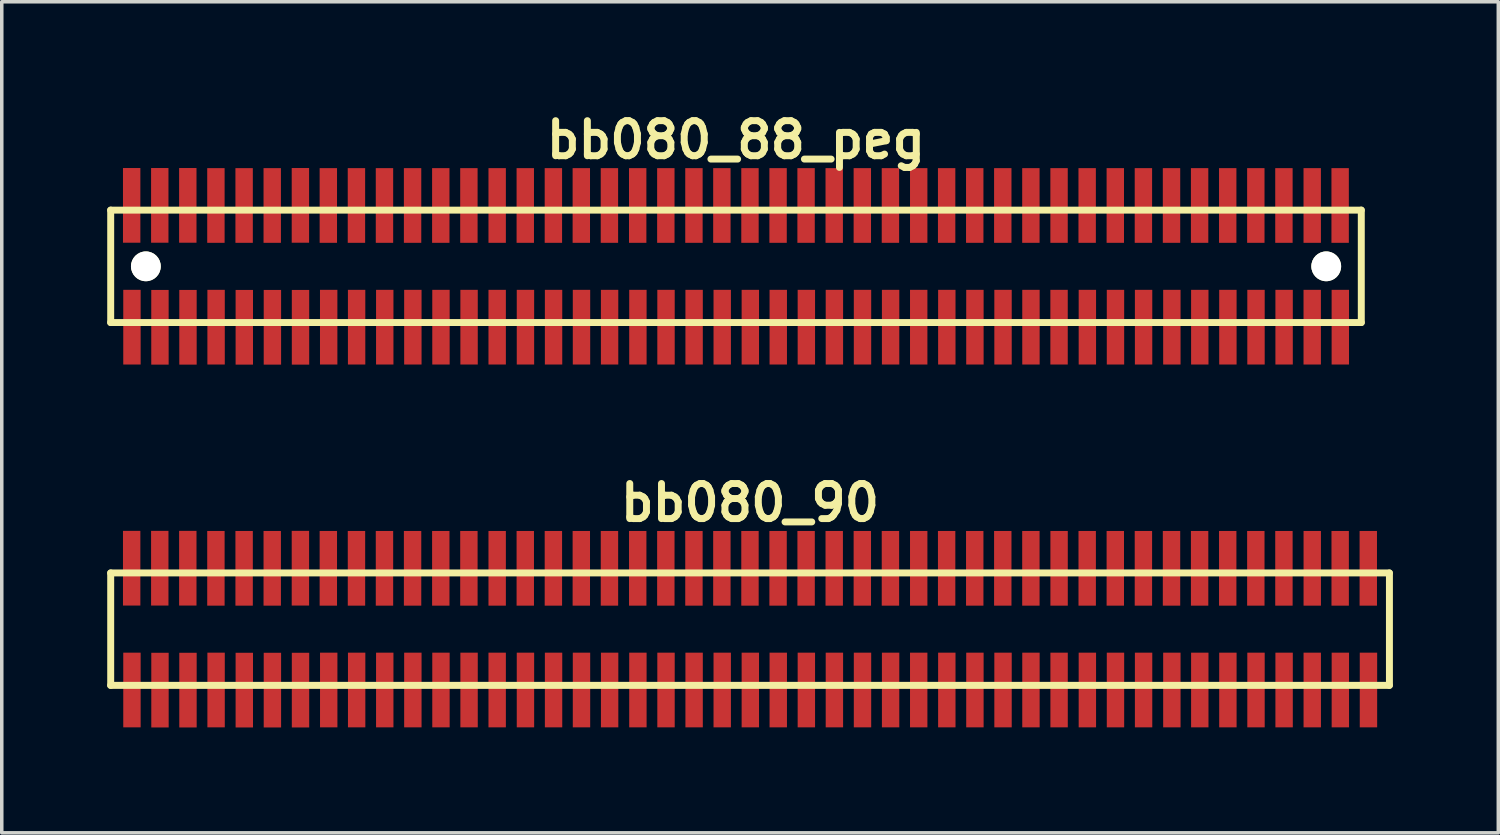
<source format=kicad_pcb>
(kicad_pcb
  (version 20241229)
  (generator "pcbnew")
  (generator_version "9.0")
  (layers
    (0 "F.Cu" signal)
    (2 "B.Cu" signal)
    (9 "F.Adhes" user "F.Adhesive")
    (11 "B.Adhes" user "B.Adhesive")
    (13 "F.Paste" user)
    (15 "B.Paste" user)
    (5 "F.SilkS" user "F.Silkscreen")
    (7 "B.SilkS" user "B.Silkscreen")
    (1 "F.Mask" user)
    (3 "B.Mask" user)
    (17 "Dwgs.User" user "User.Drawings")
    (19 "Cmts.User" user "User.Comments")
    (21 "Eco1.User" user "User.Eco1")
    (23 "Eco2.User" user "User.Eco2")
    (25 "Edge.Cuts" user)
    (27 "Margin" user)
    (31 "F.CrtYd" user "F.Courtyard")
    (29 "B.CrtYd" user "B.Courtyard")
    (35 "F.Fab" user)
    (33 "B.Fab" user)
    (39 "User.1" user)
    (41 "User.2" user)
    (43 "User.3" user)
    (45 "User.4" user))
  (footprint "bb080_90"
    (layer "F.Cu")
    (at 18.298 14.859)
    (property "Reference" "bb080_90" (at 0 -3.599 0) (layer "F.SilkS") (effects (font (size 0.998 0.998) (thickness 0.198))))
    (attr through_hole)
    (fp_line (start -18.199 -1.6) (end 18.199 -1.6) (stroke (width 0.198) (type solid)) (layer "F.SilkS"))
    (fp_line (start -18.197 -1.6) (end -18.197 1.6) (stroke (width 0.198) (type solid)) (layer "F.SilkS"))
    (fp_line (start 18.199 1.6) (end -18.199 1.6) (stroke (width 0.198) (type solid)) (layer "F.SilkS"))
    (fp_line (start 18.202 1.6) (end 18.202 -1.6) (stroke (width 0.198) (type solid)) (layer "F.SilkS"))
    (pad "1" smd rect (at -17.592 1.732) (size 0.495 2.126) (layers "F.Cu" "F.Mask" "F.Paste"))
    (pad "2" smd rect (at -17.6 -1.735) (size 0.495 2.126) (layers "F.Cu" "F.Mask" "F.Paste"))
    (pad "3" smd rect (at -16.794 1.735) (size 0.495 2.126) (layers "F.Cu" "F.Mask" "F.Paste"))
    (pad "4" smd rect (at -16.8 -1.735) (size 0.495 2.126) (layers "F.Cu" "F.Mask" "F.Paste"))
    (pad "5" smd rect (at -15.997 1.735) (size 0.495 2.126) (layers "F.Cu" "F.Mask" "F.Paste"))
    (pad "6" smd rect (at -16.002 -1.735) (size 0.495 2.126) (layers "F.Cu" "F.Mask" "F.Paste"))
    (pad "7" smd rect (at -15.197 1.732) (size 0.495 2.126) (layers "F.Cu" "F.Mask" "F.Paste"))
    (pad "8" smd rect (at -15.202 -1.732) (size 0.495 2.126) (layers "F.Cu" "F.Mask" "F.Paste"))
    (pad "9" smd rect (at -14.394 1.735) (size 0.495 2.126) (layers "F.Cu" "F.Mask" "F.Paste"))
    (pad "10" smd rect (at -14.399 -1.732) (size 0.495 2.126) (layers "F.Cu" "F.Mask" "F.Paste"))
    (pad "11" smd rect (at -13.594 1.735) (size 0.495 2.126) (layers "F.Cu" "F.Mask" "F.Paste"))
    (pad "12" smd rect (at -13.599 -1.732) (size 0.495 2.126) (layers "F.Cu" "F.Mask" "F.Paste"))
    (pad "13" smd rect (at -12.794 1.735) (size 0.495 2.126) (layers "F.Cu" "F.Mask" "F.Paste"))
    (pad "14" smd rect (at -12.797 -1.735) (size 0.495 2.126) (layers "F.Cu" "F.Mask" "F.Paste"))
    (pad "15" smd rect (at -11.991 1.732) (size 0.495 2.126) (layers "F.Cu" "F.Mask" "F.Paste"))
    (pad "16" smd rect (at -12.002 -1.732) (size 0.495 2.126) (layers "F.Cu" "F.Mask" "F.Paste"))
    (pad "17" smd rect (at -11.196 1.732) (size 0.495 2.126) (layers "F.Cu" "F.Mask" "F.Paste"))
    (pad "18" smd rect (at -11.201 -1.732) (size 0.495 2.126) (layers "F.Cu" "F.Mask" "F.Paste"))
    (pad "19" smd rect (at -10.396 1.732) (size 0.495 2.126) (layers "F.Cu" "F.Mask" "F.Paste"))
    (pad "20" smd rect (at -10.404 -1.732) (size 0.495 2.126) (layers "F.Cu" "F.Mask" "F.Paste"))
    (pad "21" smd rect (at -9.596 1.732) (size 0.495 2.126) (layers "F.Cu" "F.Mask" "F.Paste"))
    (pad "22" smd rect (at -9.604 -1.732) (size 0.495 2.126) (layers "F.Cu" "F.Mask" "F.Paste"))
    (pad "23" smd rect (at -8.796 1.732) (size 0.495 2.126) (layers "F.Cu" "F.Mask" "F.Paste"))
    (pad "24" smd rect (at -8.801 -1.732) (size 0.495 2.126) (layers "F.Cu" "F.Mask" "F.Paste"))
    (pad "25" smd rect (at -7.996 1.732) (size 0.495 2.126) (layers "F.Cu" "F.Mask" "F.Paste"))
    (pad "26" smd rect (at -8.001 -1.732) (size 0.495 2.126) (layers "F.Cu" "F.Mask" "F.Paste"))
    (pad "27" smd rect (at -7.196 1.732) (size 0.495 2.126) (layers "F.Cu" "F.Mask" "F.Paste"))
    (pad "28" smd rect (at -7.196 -1.732) (size 0.495 2.126) (layers "F.Cu" "F.Mask" "F.Paste"))
    (pad "29" smd rect (at -6.391 1.732) (size 0.495 2.126) (layers "F.Cu" "F.Mask" "F.Paste"))
    (pad "30" smd rect (at -6.396 -1.732) (size 0.495 2.126) (layers "F.Cu" "F.Mask" "F.Paste"))
    (pad "31" smd rect (at -5.591 1.732) (size 0.495 2.126) (layers "F.Cu" "F.Mask" "F.Paste"))
    (pad "32" smd rect (at -5.596 -1.732) (size 0.495 2.126) (layers "F.Cu" "F.Mask" "F.Paste"))
    (pad "33" smd rect (at -4.796 1.732) (size 0.495 2.126) (layers "F.Cu" "F.Mask" "F.Paste"))
    (pad "34" smd rect (at -4.801 -1.732) (size 0.495 2.126) (layers "F.Cu" "F.Mask" "F.Paste"))
    (pad "35" smd rect (at -3.995 1.732) (size 0.495 2.126) (layers "F.Cu" "F.Mask" "F.Paste"))
    (pad "36" smd rect (at -4 -1.732) (size 0.495 2.126) (layers "F.Cu" "F.Mask" "F.Paste"))
    (pad "37" smd rect (at -3.19 1.732) (size 0.495 2.126) (layers "F.Cu" "F.Mask" "F.Paste"))
    (pad "38" smd rect (at -3.195 -1.732) (size 0.495 2.126) (layers "F.Cu" "F.Mask" "F.Paste"))
    (pad "39" smd rect (at -2.39 1.732) (size 0.495 2.126) (layers "F.Cu" "F.Mask" "F.Paste"))
    (pad "40" smd rect (at -2.395 -1.732) (size 0.495 2.126) (layers "F.Cu" "F.Mask" "F.Paste"))
    (pad "41" smd rect (at -1.59 1.732) (size 0.495 2.126) (layers "F.Cu" "F.Mask" "F.Paste"))
    (pad "42" smd rect (at -1.595 -1.732) (size 0.495 2.126) (layers "F.Cu" "F.Mask" "F.Paste"))
    (pad "43" smd rect (at -0.79 1.732) (size 0.495 2.126) (layers "F.Cu" "F.Mask" "F.Paste"))
    (pad "44" smd rect (at -0.8 -1.732) (size 0.495 2.126) (layers "F.Cu" "F.Mask" "F.Paste"))
    (pad "45" smd rect (at 0.01 1.732) (size 0.495 2.126) (layers "F.Cu" "F.Mask" "F.Paste"))
    (pad "46" smd rect (at 0 -1.732) (size 0.495 2.126) (layers "F.Cu" "F.Mask" "F.Paste"))
    (pad "47" smd rect (at 0.805 1.732) (size 0.495 2.126) (layers "F.Cu" "F.Mask" "F.Paste"))
    (pad "48" smd rect (at 0.8 -1.732) (size 0.495 2.126) (layers "F.Cu" "F.Mask" "F.Paste"))
    (pad "49" smd rect (at 1.605 1.732) (size 0.495 2.126) (layers "F.Cu" "F.Mask" "F.Paste"))
    (pad "50" smd rect (at 1.598 -1.732) (size 0.495 2.126) (layers "F.Cu" "F.Mask" "F.Paste"))
    (pad "51" smd rect (at 2.403 1.732) (size 0.495 2.126) (layers "F.Cu" "F.Mask" "F.Paste"))
    (pad "52" smd rect (at 2.398 -1.732) (size 0.495 2.126) (layers "F.Cu" "F.Mask" "F.Paste"))
    (pad "53" smd rect (at 3.203 1.732) (size 0.495 2.126) (layers "F.Cu" "F.Mask" "F.Paste"))
    (pad "54" smd rect (at 3.198 -1.732) (size 0.495 2.126) (layers "F.Cu" "F.Mask" "F.Paste"))
    (pad "55" smd rect (at 4.003 1.732) (size 0.495 2.126) (layers "F.Cu" "F.Mask" "F.Paste"))
    (pad "56" smd rect (at 3.998 -1.732) (size 0.495 2.126) (layers "F.Cu" "F.Mask" "F.Paste"))
    (pad "57" smd rect (at 4.803 1.732) (size 0.495 2.126) (layers "F.Cu" "F.Mask" "F.Paste"))
    (pad "58" smd rect (at 4.803 -1.732) (size 0.495 2.126) (layers "F.Cu" "F.Mask" "F.Paste"))
    (pad "59" smd rect (at 5.603 1.732) (size 0.495 2.126) (layers "F.Cu" "F.Mask" "F.Paste"))
    (pad "60" smd rect (at 5.598 -1.732) (size 0.495 2.126) (layers "F.Cu" "F.Mask" "F.Paste"))
    (pad "61" smd rect (at 6.403 1.732) (size 0.495 2.126) (layers "F.Cu" "F.Mask" "F.Paste"))
    (pad "62" smd rect (at 6.398 -1.732) (size 0.495 2.126) (layers "F.Cu" "F.Mask" "F.Paste"))
    (pad "63" smd rect (at 7.203 1.732) (size 0.495 2.126) (layers "F.Cu" "F.Mask" "F.Paste"))
    (pad "64" smd rect (at 7.196 -1.732) (size 0.495 2.126) (layers "F.Cu" "F.Mask" "F.Paste"))
    (pad "65" smd rect (at 7.998 1.732) (size 0.495 2.126) (layers "F.Cu" "F.Mask" "F.Paste"))
    (pad "66" smd rect (at 7.996 -1.732) (size 0.495 2.126) (layers "F.Cu" "F.Mask" "F.Paste"))
    (pad "67" smd rect (at 8.799 1.732) (size 0.495 2.126) (layers "F.Cu" "F.Mask" "F.Paste"))
    (pad "68" smd rect (at 8.799 -1.732) (size 0.495 2.126) (layers "F.Cu" "F.Mask" "F.Paste"))
    (pad "69" smd rect (at 9.604 1.732) (size 0.495 2.126) (layers "F.Cu" "F.Mask" "F.Paste"))
    (pad "70" smd rect (at 9.599 -1.732) (size 0.495 2.126) (layers "F.Cu" "F.Mask" "F.Paste"))
    (pad "71" smd rect (at 10.404 1.732) (size 0.495 2.126) (layers "F.Cu" "F.Mask" "F.Paste"))
    (pad "72" smd rect (at 10.399 -1.732) (size 0.495 2.126) (layers "F.Cu" "F.Mask" "F.Paste"))
    (pad "73" smd rect (at 11.204 1.732) (size 0.495 2.126) (layers "F.Cu" "F.Mask" "F.Paste"))
    (pad "74" smd rect (at 11.199 -1.732) (size 0.495 2.126) (layers "F.Cu" "F.Mask" "F.Paste"))
    (pad "75" smd rect (at 12.009 1.732) (size 0.495 2.126) (layers "F.Cu" "F.Mask" "F.Paste"))
    (pad "76" smd rect (at 11.999 -1.732) (size 0.495 2.126) (layers "F.Cu" "F.Mask" "F.Paste"))
    (pad "77" smd rect (at 12.804 1.732) (size 0.495 2.126) (layers "F.Cu" "F.Mask" "F.Paste"))
    (pad "78" smd rect (at 12.799 -1.732) (size 0.495 2.126) (layers "F.Cu" "F.Mask" "F.Paste"))
    (pad "79" smd rect (at 13.604 1.732) (size 0.495 2.126) (layers "F.Cu" "F.Mask" "F.Paste"))
    (pad "80" smd rect (at 13.599 -1.732) (size 0.495 2.126) (layers "F.Cu" "F.Mask" "F.Paste"))
    (pad "81" smd rect (at 14.404 1.732) (size 0.495 2.126) (layers "F.Cu" "F.Mask" "F.Paste"))
    (pad "82" smd rect (at 14.399 -1.732) (size 0.495 2.126) (layers "F.Cu" "F.Mask" "F.Paste"))
    (pad "83" smd rect (at 15.204 1.732) (size 0.495 2.126) (layers "F.Cu" "F.Mask" "F.Paste"))
    (pad "84" smd rect (at 15.199 -1.732) (size 0.495 2.126) (layers "F.Cu" "F.Mask" "F.Paste"))
    (pad "85" smd rect (at 16.005 1.732) (size 0.495 2.126) (layers "F.Cu" "F.Mask" "F.Paste"))
    (pad "86" smd rect (at 16.005 -1.732) (size 0.495 2.126) (layers "F.Cu" "F.Mask" "F.Paste"))
    (pad "87" smd rect (at 16.805 1.732) (size 0.495 2.126) (layers "F.Cu" "F.Mask" "F.Paste"))
    (pad "88" smd rect (at 16.8 -1.732) (size 0.495 2.126) (layers "F.Cu" "F.Mask" "F.Paste"))
    (pad "89" smd rect (at 17.605 1.732) (size 0.495 2.126) (layers "F.Cu" "F.Mask" "F.Paste"))
    (pad "90" smd rect (at 17.6 -1.732) (size 0.495 2.126) (layers "F.Cu" "F.Mask" "F.Paste")))
  (footprint "bb080_88_peg"
    (layer "F.Cu")
    (at 17.899 4.531)
    (property "Reference" "bb080_88_peg" (at 0 -3.599 0) (layer "F.SilkS") (effects (font (size 0.998 0.998) (thickness 0.198))))
    (attr through_hole)
    (fp_line (start -17.8 -1.6) (end 17.8 -1.6) (stroke (width 0.198) (type solid)) (layer "F.SilkS"))
    (fp_line (start -17.798 -1.6) (end -17.798 1.6) (stroke (width 0.198) (type solid)) (layer "F.SilkS"))
    (fp_line (start 17.8 1.6) (end -17.8 1.6) (stroke (width 0.198) (type solid)) (layer "F.SilkS"))
    (fp_line (start 17.8 1.6) (end 17.8 -1.6) (stroke (width 0.198) (type solid)) (layer "F.SilkS"))
    (pad "" np_thru_hole circle (at -16.797 0) (size 0.848 0.848) (drill 0.848) (layers "*.Cu" "*.Mask" "F.SilkS"))
    (pad "" np_thru_hole circle (at 16.802 0) (size 0.848 0.848) (drill 0.848) (layers "*.Cu" "*.Mask" "F.SilkS"))
    (pad "1" smd rect (at -17.193 1.732) (size 0.495 2.126) (layers "F.Cu" "F.Mask" "F.Paste"))
    (pad "2" smd rect (at -17.201 -1.735) (size 0.495 2.126) (layers "F.Cu" "F.Mask" "F.Paste"))
    (pad "3" smd rect (at -16.396 1.735) (size 0.495 2.126) (layers "F.Cu" "F.Mask" "F.Paste"))
    (pad "4" smd rect (at -16.401 -1.735) (size 0.495 2.126) (layers "F.Cu" "F.Mask" "F.Paste"))
    (pad "5" smd rect (at -15.598 1.735) (size 0.495 2.126) (layers "F.Cu" "F.Mask" "F.Paste"))
    (pad "6" smd rect (at -15.603 -1.735) (size 0.495 2.126) (layers "F.Cu" "F.Mask" "F.Paste"))
    (pad "7" smd rect (at -14.798 1.732) (size 0.495 2.126) (layers "F.Cu" "F.Mask" "F.Paste"))
    (pad "8" smd rect (at -14.803 -1.732) (size 0.495 2.126) (layers "F.Cu" "F.Mask" "F.Paste"))
    (pad "9" smd rect (at -13.995 1.735) (size 0.495 2.126) (layers "F.Cu" "F.Mask" "F.Paste"))
    (pad "10" smd rect (at -14 -1.732) (size 0.495 2.126) (layers "F.Cu" "F.Mask" "F.Paste"))
    (pad "11" smd rect (at -13.195 1.735) (size 0.495 2.126) (layers "F.Cu" "F.Mask" "F.Paste"))
    (pad "12" smd rect (at -13.2 -1.732) (size 0.495 2.126) (layers "F.Cu" "F.Mask" "F.Paste"))
    (pad "13" smd rect (at -12.395 1.735) (size 0.495 2.126) (layers "F.Cu" "F.Mask" "F.Paste"))
    (pad "14" smd rect (at -12.398 -1.735) (size 0.495 2.126) (layers "F.Cu" "F.Mask" "F.Paste"))
    (pad "15" smd rect (at -11.593 1.732) (size 0.495 2.126) (layers "F.Cu" "F.Mask" "F.Paste"))
    (pad "16" smd rect (at -11.603 -1.732) (size 0.495 2.126) (layers "F.Cu" "F.Mask" "F.Paste"))
    (pad "17" smd rect (at -10.798 1.732) (size 0.495 2.126) (layers "F.Cu" "F.Mask" "F.Paste"))
    (pad "18" smd rect (at -10.803 -1.732) (size 0.495 2.126) (layers "F.Cu" "F.Mask" "F.Paste"))
    (pad "19" smd rect (at -9.997 1.732) (size 0.495 2.126) (layers "F.Cu" "F.Mask" "F.Paste"))
    (pad "20" smd rect (at -10.005 -1.732) (size 0.495 2.126) (layers "F.Cu" "F.Mask" "F.Paste"))
    (pad "21" smd rect (at -9.197 1.732) (size 0.495 2.126) (layers "F.Cu" "F.Mask" "F.Paste"))
    (pad "22" smd rect (at -9.205 -1.732) (size 0.495 2.126) (layers "F.Cu" "F.Mask" "F.Paste"))
    (pad "23" smd rect (at -8.397 1.732) (size 0.495 2.126) (layers "F.Cu" "F.Mask" "F.Paste"))
    (pad "24" smd rect (at -8.402 -1.732) (size 0.495 2.126) (layers "F.Cu" "F.Mask" "F.Paste"))
    (pad "25" smd rect (at -7.597 1.732) (size 0.495 2.126) (layers "F.Cu" "F.Mask" "F.Paste"))
    (pad "26" smd rect (at -7.602 -1.732) (size 0.495 2.126) (layers "F.Cu" "F.Mask" "F.Paste"))
    (pad "27" smd rect (at -6.797 1.732) (size 0.495 2.126) (layers "F.Cu" "F.Mask" "F.Paste"))
    (pad "28" smd rect (at -6.797 -1.732) (size 0.495 2.126) (layers "F.Cu" "F.Mask" "F.Paste"))
    (pad "29" smd rect (at -5.992 1.732) (size 0.495 2.126) (layers "F.Cu" "F.Mask" "F.Paste"))
    (pad "30" smd rect (at -5.997 -1.732) (size 0.495 2.126) (layers "F.Cu" "F.Mask" "F.Paste"))
    (pad "31" smd rect (at -5.192 1.732) (size 0.495 2.126) (layers "F.Cu" "F.Mask" "F.Paste"))
    (pad "32" smd rect (at -5.197 -1.732) (size 0.495 2.126) (layers "F.Cu" "F.Mask" "F.Paste"))
    (pad "33" smd rect (at -4.397 1.732) (size 0.495 2.126) (layers "F.Cu" "F.Mask" "F.Paste"))
    (pad "34" smd rect (at -4.402 -1.732) (size 0.495 2.126) (layers "F.Cu" "F.Mask" "F.Paste"))
    (pad "35" smd rect (at -3.597 1.732) (size 0.495 2.126) (layers "F.Cu" "F.Mask" "F.Paste"))
    (pad "36" smd rect (at -3.602 -1.732) (size 0.495 2.126) (layers "F.Cu" "F.Mask" "F.Paste"))
    (pad "37" smd rect (at -2.791 1.732) (size 0.495 2.126) (layers "F.Cu" "F.Mask" "F.Paste"))
    (pad "38" smd rect (at -2.797 -1.732) (size 0.495 2.126) (layers "F.Cu" "F.Mask" "F.Paste"))
    (pad "39" smd rect (at -1.991 1.732) (size 0.495 2.126) (layers "F.Cu" "F.Mask" "F.Paste"))
    (pad "40" smd rect (at -1.996 -1.732) (size 0.495 2.126) (layers "F.Cu" "F.Mask" "F.Paste"))
    (pad "41" smd rect (at -1.191 1.732) (size 0.495 2.126) (layers "F.Cu" "F.Mask" "F.Paste"))
    (pad "42" smd rect (at -1.196 -1.732) (size 0.495 2.126) (layers "F.Cu" "F.Mask" "F.Paste"))
    (pad "43" smd rect (at -0.391 1.732) (size 0.495 2.126) (layers "F.Cu" "F.Mask" "F.Paste"))
    (pad "44" smd rect (at -0.401 -1.732) (size 0.495 2.126) (layers "F.Cu" "F.Mask" "F.Paste"))
    (pad "45" smd rect (at 0.409 1.732) (size 0.495 2.126) (layers "F.Cu" "F.Mask" "F.Paste"))
    (pad "46" smd rect (at 0.399 -1.732) (size 0.495 2.126) (layers "F.Cu" "F.Mask" "F.Paste"))
    (pad "47" smd rect (at 1.204 1.732) (size 0.495 2.126) (layers "F.Cu" "F.Mask" "F.Paste"))
    (pad "48" smd rect (at 1.199 -1.732) (size 0.495 2.126) (layers "F.Cu" "F.Mask" "F.Paste"))
    (pad "49" smd rect (at 2.004 1.732) (size 0.495 2.126) (layers "F.Cu" "F.Mask" "F.Paste"))
    (pad "50" smd rect (at 1.996 -1.732) (size 0.495 2.126) (layers "F.Cu" "F.Mask" "F.Paste"))
    (pad "51" smd rect (at 2.802 1.732) (size 0.495 2.126) (layers "F.Cu" "F.Mask" "F.Paste"))
    (pad "52" smd rect (at 2.797 -1.732) (size 0.495 2.126) (layers "F.Cu" "F.Mask" "F.Paste"))
    (pad "53" smd rect (at 3.602 1.732) (size 0.495 2.126) (layers "F.Cu" "F.Mask" "F.Paste"))
    (pad "54" smd rect (at 3.597 -1.732) (size 0.495 2.126) (layers "F.Cu" "F.Mask" "F.Paste"))
    (pad "55" smd rect (at 4.402 1.732) (size 0.495 2.126) (layers "F.Cu" "F.Mask" "F.Paste"))
    (pad "56" smd rect (at 4.397 -1.732) (size 0.495 2.126) (layers "F.Cu" "F.Mask" "F.Paste"))
    (pad "57" smd rect (at 5.202 1.732) (size 0.495 2.126) (layers "F.Cu" "F.Mask" "F.Paste"))
    (pad "58" smd rect (at 5.202 -1.732) (size 0.495 2.126) (layers "F.Cu" "F.Mask" "F.Paste"))
    (pad "59" smd rect (at 6.002 1.732) (size 0.495 2.126) (layers "F.Cu" "F.Mask" "F.Paste"))
    (pad "60" smd rect (at 5.997 -1.732) (size 0.495 2.126) (layers "F.Cu" "F.Mask" "F.Paste"))
    (pad "61" smd rect (at 6.802 1.732) (size 0.495 2.126) (layers "F.Cu" "F.Mask" "F.Paste"))
    (pad "62" smd rect (at 6.797 -1.732) (size 0.495 2.126) (layers "F.Cu" "F.Mask" "F.Paste"))
    (pad "63" smd rect (at 7.602 1.732) (size 0.495 2.126) (layers "F.Cu" "F.Mask" "F.Paste"))
    (pad "64" smd rect (at 7.595 -1.732) (size 0.495 2.126) (layers "F.Cu" "F.Mask" "F.Paste"))
    (pad "65" smd rect (at 8.397 1.732) (size 0.495 2.126) (layers "F.Cu" "F.Mask" "F.Paste"))
    (pad "66" smd rect (at 8.395 -1.732) (size 0.495 2.126) (layers "F.Cu" "F.Mask" "F.Paste"))
    (pad "67" smd rect (at 9.197 1.732) (size 0.495 2.126) (layers "F.Cu" "F.Mask" "F.Paste"))
    (pad "68" smd rect (at 9.197 -1.732) (size 0.495 2.126) (layers "F.Cu" "F.Mask" "F.Paste"))
    (pad "69" smd rect (at 10.003 1.732) (size 0.495 2.126) (layers "F.Cu" "F.Mask" "F.Paste"))
    (pad "70" smd rect (at 9.997 -1.732) (size 0.495 2.126) (layers "F.Cu" "F.Mask" "F.Paste"))
    (pad "71" smd rect (at 10.803 1.732) (size 0.495 2.126) (layers "F.Cu" "F.Mask" "F.Paste"))
    (pad "72" smd rect (at 10.798 -1.732) (size 0.495 2.126) (layers "F.Cu" "F.Mask" "F.Paste"))
    (pad "73" smd rect (at 11.603 1.732) (size 0.495 2.126) (layers "F.Cu" "F.Mask" "F.Paste"))
    (pad "74" smd rect (at 11.598 -1.732) (size 0.495 2.126) (layers "F.Cu" "F.Mask" "F.Paste"))
    (pad "75" smd rect (at 12.408 1.732) (size 0.495 2.126) (layers "F.Cu" "F.Mask" "F.Paste"))
    (pad "76" smd rect (at 12.398 -1.732) (size 0.495 2.126) (layers "F.Cu" "F.Mask" "F.Paste"))
    (pad "77" smd rect (at 13.203 1.732) (size 0.495 2.126) (layers "F.Cu" "F.Mask" "F.Paste"))
    (pad "78" smd rect (at 13.198 -1.732) (size 0.495 2.126) (layers "F.Cu" "F.Mask" "F.Paste"))
    (pad "79" smd rect (at 14.003 1.732) (size 0.495 2.126) (layers "F.Cu" "F.Mask" "F.Paste"))
    (pad "80" smd rect (at 13.998 -1.732) (size 0.495 2.126) (layers "F.Cu" "F.Mask" "F.Paste"))
    (pad "81" smd rect (at 14.803 1.732) (size 0.495 2.126) (layers "F.Cu" "F.Mask" "F.Paste"))
    (pad "82" smd rect (at 14.798 -1.732) (size 0.495 2.126) (layers "F.Cu" "F.Mask" "F.Paste"))
    (pad "83" smd rect (at 15.603 1.732) (size 0.495 2.126) (layers "F.Cu" "F.Mask" "F.Paste"))
    (pad "84" smd rect (at 15.598 -1.732) (size 0.495 2.126) (layers "F.Cu" "F.Mask" "F.Paste"))
    (pad "85" smd rect (at 16.403 1.732) (size 0.495 2.126) (layers "F.Cu" "F.Mask" "F.Paste"))
    (pad "86" smd rect (at 16.403 -1.732) (size 0.495 2.126) (layers "F.Cu" "F.Mask" "F.Paste"))
    (pad "87" smd rect (at 17.203 1.732) (size 0.495 2.126) (layers "F.Cu" "F.Mask" "F.Paste"))
    (pad "88" smd rect (at 17.198 -1.732) (size 0.495 2.126) (layers "F.Cu" "F.Mask" "F.Paste")))
  (gr_rect
    (start -3 -3)
    (end 39.599 20.657)
    (stroke (width 0.1) (type default))
    (fill no)
    (layer "Edge.Cuts")))
</source>
